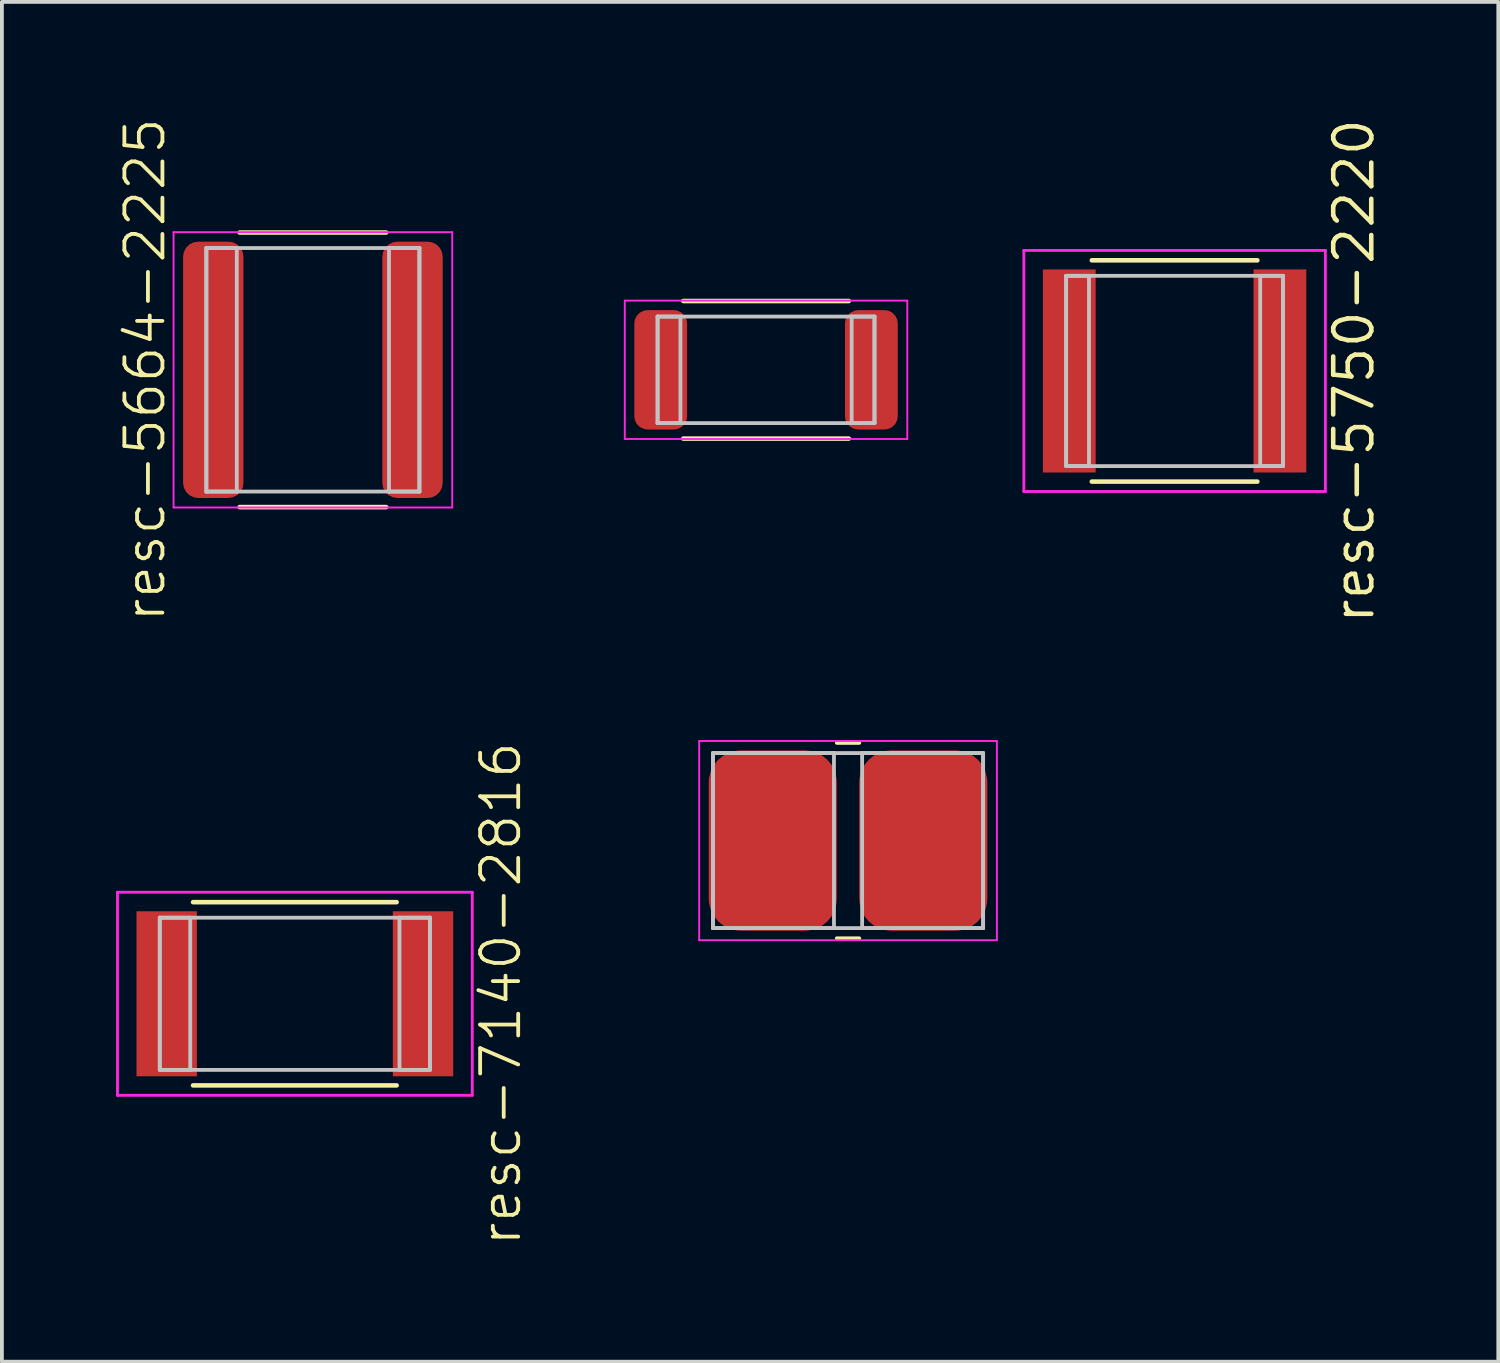
<source format=kicad_pcb>
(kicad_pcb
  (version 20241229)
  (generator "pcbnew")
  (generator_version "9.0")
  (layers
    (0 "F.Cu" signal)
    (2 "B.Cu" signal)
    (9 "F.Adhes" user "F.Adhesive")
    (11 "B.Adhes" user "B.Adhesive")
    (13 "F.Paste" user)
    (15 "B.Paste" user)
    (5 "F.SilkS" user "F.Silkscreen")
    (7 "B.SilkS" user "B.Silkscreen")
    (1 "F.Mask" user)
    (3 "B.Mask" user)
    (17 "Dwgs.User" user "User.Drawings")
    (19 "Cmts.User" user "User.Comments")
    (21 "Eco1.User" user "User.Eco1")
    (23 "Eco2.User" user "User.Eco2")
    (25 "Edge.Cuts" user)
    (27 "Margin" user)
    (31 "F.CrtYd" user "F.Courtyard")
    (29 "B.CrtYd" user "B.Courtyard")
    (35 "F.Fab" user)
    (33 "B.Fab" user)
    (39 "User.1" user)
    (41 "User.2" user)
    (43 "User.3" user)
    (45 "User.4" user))
  (footprint "resc-5664-2225"
    (layer "F.Cu")
    (at 5.173 6.669)
    (property "Reference" "resc-5664-2225" (at -4.412 0 90) (layer "F.SilkS") (effects (font (size 1 1) (thickness 0.1))))
    (attr through_hole)
    (fp_line (start -1.925 -3.608) (end 1.925 -3.608) (stroke (width 0.12) (type solid)) (layer "F.SilkS"))
    (fp_line (start -1.925 3.608) (end 1.925 3.608) (stroke (width 0.12) (type solid)) (layer "F.SilkS"))
    (fp_line (start -2.8 -3.2) (end -2.8 3.2) (stroke (width 0.1) (type solid)) (layer "Dwgs.User"))
    (fp_line (start -2.8 -3.2) (end -2.8 3.2) (stroke (width 0.1) (type solid)) (layer "Dwgs.User"))
    (fp_line (start -2.8 3.2) (end -2 3.2) (stroke (width 0.1) (type solid)) (layer "Dwgs.User"))
    (fp_line (start -2.8 3.2) (end 2.8 3.2) (stroke (width 0.1) (type solid)) (layer "Dwgs.User"))
    (fp_line (start -2 -3.2) (end -2.8 -3.2) (stroke (width 0.1) (type solid)) (layer "Dwgs.User"))
    (fp_line (start -2 3.2) (end -2 -3.2) (stroke (width 0.1) (type solid)) (layer "Dwgs.User"))
    (fp_line (start 2 -3.2) (end 2 3.2) (stroke (width 0.1) (type solid)) (layer "Dwgs.User"))
    (fp_line (start 2 3.2) (end 2.8 3.2) (stroke (width 0.1) (type solid)) (layer "Dwgs.User"))
    (fp_line (start 2.8 -3.2) (end -2.8 -3.2) (stroke (width 0.1) (type solid)) (layer "Dwgs.User"))
    (fp_line (start 2.8 -3.2) (end 2 -3.2) (stroke (width 0.1) (type solid)) (layer "Dwgs.User"))
    (fp_line (start 2.8 3.2) (end 2.8 -3.2) (stroke (width 0.1) (type solid)) (layer "Dwgs.User"))
    (fp_line (start 2.8 3.2) (end 2.8 -3.2) (stroke (width 0.1) (type solid)) (layer "Dwgs.User"))
    (fp_line (start -3.662 -3.618) (end -3.662 3.618) (stroke (width 0.05) (type solid)) (layer "F.CrtYd"))
    (fp_line (start -3.662 3.618) (end 3.662 3.618) (stroke (width 0.05) (type solid)) (layer "F.CrtYd"))
    (fp_line (start 3.662 -3.618) (end -3.662 -3.618) (stroke (width 0.05) (type solid)) (layer "F.CrtYd"))
    (fp_line (start 3.662 3.618) (end 3.662 -3.618) (stroke (width 0.05) (type solid)) (layer "F.CrtYd"))
    (pad "1" smd roundrect (at -2.618 0) (size 1.587 6.737) (layers "F.Cu" "F.Mask" "F.Paste") (roundrect_rratio 0.25))
    (pad "2" smd roundrect (at 2.618 0) (size 1.587 6.737) (layers "F.Cu" "F.Mask" "F.Paste") (roundrect_rratio 0.25)))
  (footprint "resc-7146-2818"
    (layer "F.Cu")
    (at 19.237 19.041)
    (property "Reference" "resc-7146-2818" (at 0 0 0) (layer "User.1") (effects (font (size 0.8 0.8) (thickness 0.1))))
    (attr through_hole)
    (fp_line (start -0.295 -2.568) (end 0.295 -2.568) (stroke (width 0.1) (type solid)) (layer "F.SilkS"))
    (fp_line (start -0.295 2.568) (end 0.295 2.568) (stroke (width 0.1) (type solid)) (layer "F.SilkS"))
    (fp_line (start -3.55 -2.3) (end -3.55 2.3) (stroke (width 0.1) (type solid)) (layer "Dwgs.User"))
    (fp_line (start -3.55 -2.3) (end -3.55 2.3) (stroke (width 0.1) (type solid)) (layer "Dwgs.User"))
    (fp_line (start -3.55 2.3) (end -0.37 2.3) (stroke (width 0.1) (type solid)) (layer "Dwgs.User"))
    (fp_line (start -3.55 2.3) (end 3.55 2.3) (stroke (width 0.1) (type solid)) (layer "Dwgs.User"))
    (fp_line (start -0.37 -2.3) (end -3.55 -2.3) (stroke (width 0.1) (type solid)) (layer "Dwgs.User"))
    (fp_line (start -0.37 2.3) (end -0.37 -2.3) (stroke (width 0.1) (type solid)) (layer "Dwgs.User"))
    (fp_line (start 0.37 -2.3) (end 0.37 2.3) (stroke (width 0.1) (type solid)) (layer "Dwgs.User"))
    (fp_line (start 0.37 2.3) (end 3.55 2.3) (stroke (width 0.1) (type solid)) (layer "Dwgs.User"))
    (fp_line (start 3.55 -2.3) (end -3.55 -2.3) (stroke (width 0.1) (type solid)) (layer "Dwgs.User"))
    (fp_line (start 3.55 -2.3) (end 0.37 -2.3) (stroke (width 0.1) (type solid)) (layer "Dwgs.User"))
    (fp_line (start 3.55 2.3) (end 3.55 -2.3) (stroke (width 0.1) (type solid)) (layer "Dwgs.User"))
    (fp_line (start 3.55 2.3) (end 3.55 -2.3) (stroke (width 0.1) (type solid)) (layer "Dwgs.User"))
    (fp_line (start -3.912 -2.618) (end -3.912 2.618) (stroke (width 0.05) (type solid)) (layer "F.CrtYd"))
    (fp_line (start -3.912 2.618) (end 3.912 2.618) (stroke (width 0.05) (type solid)) (layer "F.CrtYd"))
    (fp_line (start 3.912 -2.618) (end -3.912 -2.618) (stroke (width 0.05) (type solid)) (layer "F.CrtYd"))
    (fp_line (start 3.912 2.618) (end 3.912 -2.618) (stroke (width 0.05) (type solid)) (layer "F.CrtYd"))
    (pad "1" smd roundrect (at -1.978 0) (size 3.367 4.737) (layers "F.Cu" "F.Mask" "F.Paste") (roundrect_rratio 0.25))
    (pad "2" smd roundrect (at 1.978 0) (size 3.367 4.737) (layers "F.Cu" "F.Mask" "F.Paste") (roundrect_rratio 0.25)))
  (footprint "resc-5728-2211"
    (layer "F.Cu")
    (at 17.082 6.669)
    (property "Reference" "resc-5728-2211" (at -4.462 0 90) (layer "User.1") (effects (font (size 1 1) (thickness 0.1))))
    (attr through_hole)
    (fp_line (start -2.175 -1.808) (end 2.175 -1.808) (stroke (width 0.12) (type solid)) (layer "F.SilkS"))
    (fp_line (start -2.175 1.808) (end 2.175 1.808) (stroke (width 0.12) (type solid)) (layer "F.SilkS"))
    (fp_line (start -2.85 -1.4) (end -2.85 1.4) (stroke (width 0.1) (type solid)) (layer "Dwgs.User"))
    (fp_line (start -2.85 -1.4) (end -2.85 1.4) (stroke (width 0.1) (type solid)) (layer "Dwgs.User"))
    (fp_line (start -2.85 1.4) (end -2.25 1.4) (stroke (width 0.1) (type solid)) (layer "Dwgs.User"))
    (fp_line (start -2.85 1.4) (end 2.85 1.4) (stroke (width 0.1) (type solid)) (layer "Dwgs.User"))
    (fp_line (start -2.25 -1.4) (end -2.85 -1.4) (stroke (width 0.1) (type solid)) (layer "Dwgs.User"))
    (fp_line (start -2.25 1.4) (end -2.25 -1.4) (stroke (width 0.1) (type solid)) (layer "Dwgs.User"))
    (fp_line (start 2.25 -1.4) (end 2.25 1.4) (stroke (width 0.1) (type solid)) (layer "Dwgs.User"))
    (fp_line (start 2.25 1.4) (end 2.85 1.4) (stroke (width 0.1) (type solid)) (layer "Dwgs.User"))
    (fp_line (start 2.85 -1.4) (end -2.85 -1.4) (stroke (width 0.1) (type solid)) (layer "Dwgs.User"))
    (fp_line (start 2.85 -1.4) (end 2.25 -1.4) (stroke (width 0.1) (type solid)) (layer "Dwgs.User"))
    (fp_line (start 2.85 1.4) (end 2.85 -1.4) (stroke (width 0.1) (type solid)) (layer "Dwgs.User"))
    (fp_line (start 2.85 1.4) (end 2.85 -1.4) (stroke (width 0.1) (type solid)) (layer "Dwgs.User"))
    (fp_line (start -3.712 -1.818) (end -3.712 1.818) (stroke (width 0.05) (type solid)) (layer "F.CrtYd"))
    (fp_line (start -3.712 1.818) (end 3.712 1.818) (stroke (width 0.05) (type solid)) (layer "F.CrtYd"))
    (fp_line (start 3.712 -1.818) (end -3.712 -1.818) (stroke (width 0.05) (type solid)) (layer "F.CrtYd"))
    (fp_line (start 3.712 1.818) (end 3.712 -1.818) (stroke (width 0.05) (type solid)) (layer "F.CrtYd"))
    (pad "1" smd roundrect (at -2.768 0) (size 1.387 3.137) (layers "F.Cu" "F.Mask" "F.Paste") (roundrect_rratio 0.25))
    (pad "2" smd roundrect (at 2.768 0) (size 1.387 3.137) (layers "F.Cu" "F.Mask" "F.Paste") (roundrect_rratio 0.25)))
  (footprint "resc-5750-2220"
    (layer "F.Cu")
    (at 27.819 6.699)
    (property "Reference" "resc-5750-2220" (at 4.712 0 90) (layer "F.SilkS") (effects (font (size 1 1) (thickness 0.12))))
    (attr through_hole)
    (fp_line (start -2.175 -2.908) (end 2.175 -2.908) (stroke (width 0.12) (type solid)) (layer "F.SilkS"))
    (fp_line (start -2.175 2.908) (end 2.175 2.908) (stroke (width 0.12) (type solid)) (layer "F.SilkS"))
    (fp_line (start -2.85 -2.5) (end -2.85 2.5) (stroke (width 0.1) (type solid)) (layer "Dwgs.User"))
    (fp_line (start -2.85 -2.5) (end -2.85 2.5) (stroke (width 0.1) (type solid)) (layer "Dwgs.User"))
    (fp_line (start -2.85 2.5) (end -2.25 2.5) (stroke (width 0.1) (type solid)) (layer "Dwgs.User"))
    (fp_line (start -2.85 2.5) (end 2.85 2.5) (stroke (width 0.1) (type solid)) (layer "Dwgs.User"))
    (fp_line (start -2.25 -2.5) (end -2.85 -2.5) (stroke (width 0.1) (type solid)) (layer "Dwgs.User"))
    (fp_line (start -2.25 2.5) (end -2.25 -2.5) (stroke (width 0.1) (type solid)) (layer "Dwgs.User"))
    (fp_line (start 2.25 -2.5) (end 2.25 2.5) (stroke (width 0.1) (type solid)) (layer "Dwgs.User"))
    (fp_line (start 2.25 2.5) (end 2.85 2.5) (stroke (width 0.1) (type solid)) (layer "Dwgs.User"))
    (fp_line (start 2.85 -2.5) (end -2.85 -2.5) (stroke (width 0.1) (type solid)) (layer "Dwgs.User"))
    (fp_line (start 2.85 -2.5) (end 2.25 -2.5) (stroke (width 0.1) (type solid)) (layer "Dwgs.User"))
    (fp_line (start 2.85 2.5) (end 2.85 -2.5) (stroke (width 0.1) (type solid)) (layer "Dwgs.User"))
    (fp_line (start 2.85 2.5) (end 2.85 -2.5) (stroke (width 0.1) (type solid)) (layer "Dwgs.User"))
    (fp_line (start -0.75 0) (end 0.75 0) (stroke (width 0.12) (type solid)) (layer "Eco1.User"))
    (fp_line (start 0 -0.75) (end 0 0.75) (stroke (width 0.12) (type solid)) (layer "Eco1.User"))
    (fp_circle (center 0 0) (end 0.5 0) (stroke (width 0.12) (type solid)) (fill no) (layer "Eco1.User"))
    (fp_line (start -3.962 -3.168) (end -3.962 3.168) (stroke (width 0.075) (type solid)) (layer "F.CrtYd"))
    (fp_line (start -3.962 3.168) (end 3.962 3.168) (stroke (width 0.075) (type solid)) (layer "F.CrtYd"))
    (fp_line (start 3.962 -3.168) (end -3.962 -3.168) (stroke (width 0.075) (type solid)) (layer "F.CrtYd"))
    (fp_line (start 3.962 3.168) (end 3.962 -3.168) (stroke (width 0.075) (type solid)) (layer "F.CrtYd"))
    (pad "1" smd rect (at -2.768 0) (size 1.387 5.337) (layers "F.Cu" "F.Mask" "F.Paste"))
    (pad "2" smd rect (at 2.768 0) (size 1.387 5.337) (layers "F.Cu" "F.Mask" "F.Paste")))
  (footprint "resc-7140-2816"
    (layer "F.Cu")
    (at 4.699 23.067)
    (property "Reference" "resc-7140-2816" (at 5.412 0 90) (layer "F.SilkS") (effects (font (size 1 1) (thickness 0.1))))
    (attr through_hole)
    (fp_line (start -2.675 -2.408) (end 2.675 -2.408) (stroke (width 0.12) (type solid)) (layer "F.SilkS"))
    (fp_line (start -2.675 2.408) (end 2.675 2.408) (stroke (width 0.12) (type solid)) (layer "F.SilkS"))
    (fp_line (start -3.55 -2) (end -3.55 2) (stroke (width 0.1) (type solid)) (layer "Dwgs.User"))
    (fp_line (start -3.55 -2) (end -3.55 2) (stroke (width 0.1) (type solid)) (layer "Dwgs.User"))
    (fp_line (start -3.55 2) (end -2.75 2) (stroke (width 0.1) (type solid)) (layer "Dwgs.User"))
    (fp_line (start -3.55 2) (end 3.55 2) (stroke (width 0.1) (type solid)) (layer "Dwgs.User"))
    (fp_line (start -2.75 -2) (end -3.55 -2) (stroke (width 0.1) (type solid)) (layer "Dwgs.User"))
    (fp_line (start -2.75 2) (end -2.75 -2) (stroke (width 0.1) (type solid)) (layer "Dwgs.User"))
    (fp_line (start 2.75 -2) (end 2.75 2) (stroke (width 0.1) (type solid)) (layer "Dwgs.User"))
    (fp_line (start 2.75 2) (end 3.55 2) (stroke (width 0.1) (type solid)) (layer "Dwgs.User"))
    (fp_line (start 3.55 -2) (end -3.55 -2) (stroke (width 0.1) (type solid)) (layer "Dwgs.User"))
    (fp_line (start 3.55 -2) (end 2.75 -2) (stroke (width 0.1) (type solid)) (layer "Dwgs.User"))
    (fp_line (start 3.55 2) (end 3.55 -2) (stroke (width 0.1) (type solid)) (layer "Dwgs.User"))
    (fp_line (start 3.55 2) (end 3.55 -2) (stroke (width 0.1) (type solid)) (layer "Dwgs.User"))
    (fp_line (start -0.75 0) (end 0.75 0) (stroke (width 0.12) (type solid)) (layer "Eco1.User"))
    (fp_line (start 0 -0.75) (end 0 0.75) (stroke (width 0.12) (type solid)) (layer "Eco1.User"))
    (fp_circle (center 0 0) (end 0.5 0) (stroke (width 0.12) (type solid)) (fill no) (layer "Eco1.User"))
    (fp_line (start -4.662 -2.668) (end -4.662 2.668) (stroke (width 0.075) (type solid)) (layer "F.CrtYd"))
    (fp_line (start -4.662 2.668) (end 4.662 2.668) (stroke (width 0.075) (type solid)) (layer "F.CrtYd"))
    (fp_line (start 4.662 -2.668) (end -4.662 -2.668) (stroke (width 0.075) (type solid)) (layer "F.CrtYd"))
    (fp_line (start 4.662 2.668) (end 4.662 -2.668) (stroke (width 0.075) (type solid)) (layer "F.CrtYd"))
    (pad "1" smd rect (at -3.368 0) (size 1.587 4.337) (layers "F.Cu" "F.Mask" "F.Paste"))
    (pad "2" smd rect (at 3.368 0) (size 1.587 4.337) (layers "F.Cu" "F.Mask" "F.Paste")))
  (gr_rect
    (start -3 -3)
    (end 36.326 32.736)
    (stroke (width 0.1) (type default))
    (fill no)
    (layer "Edge.Cuts")))
</source>
